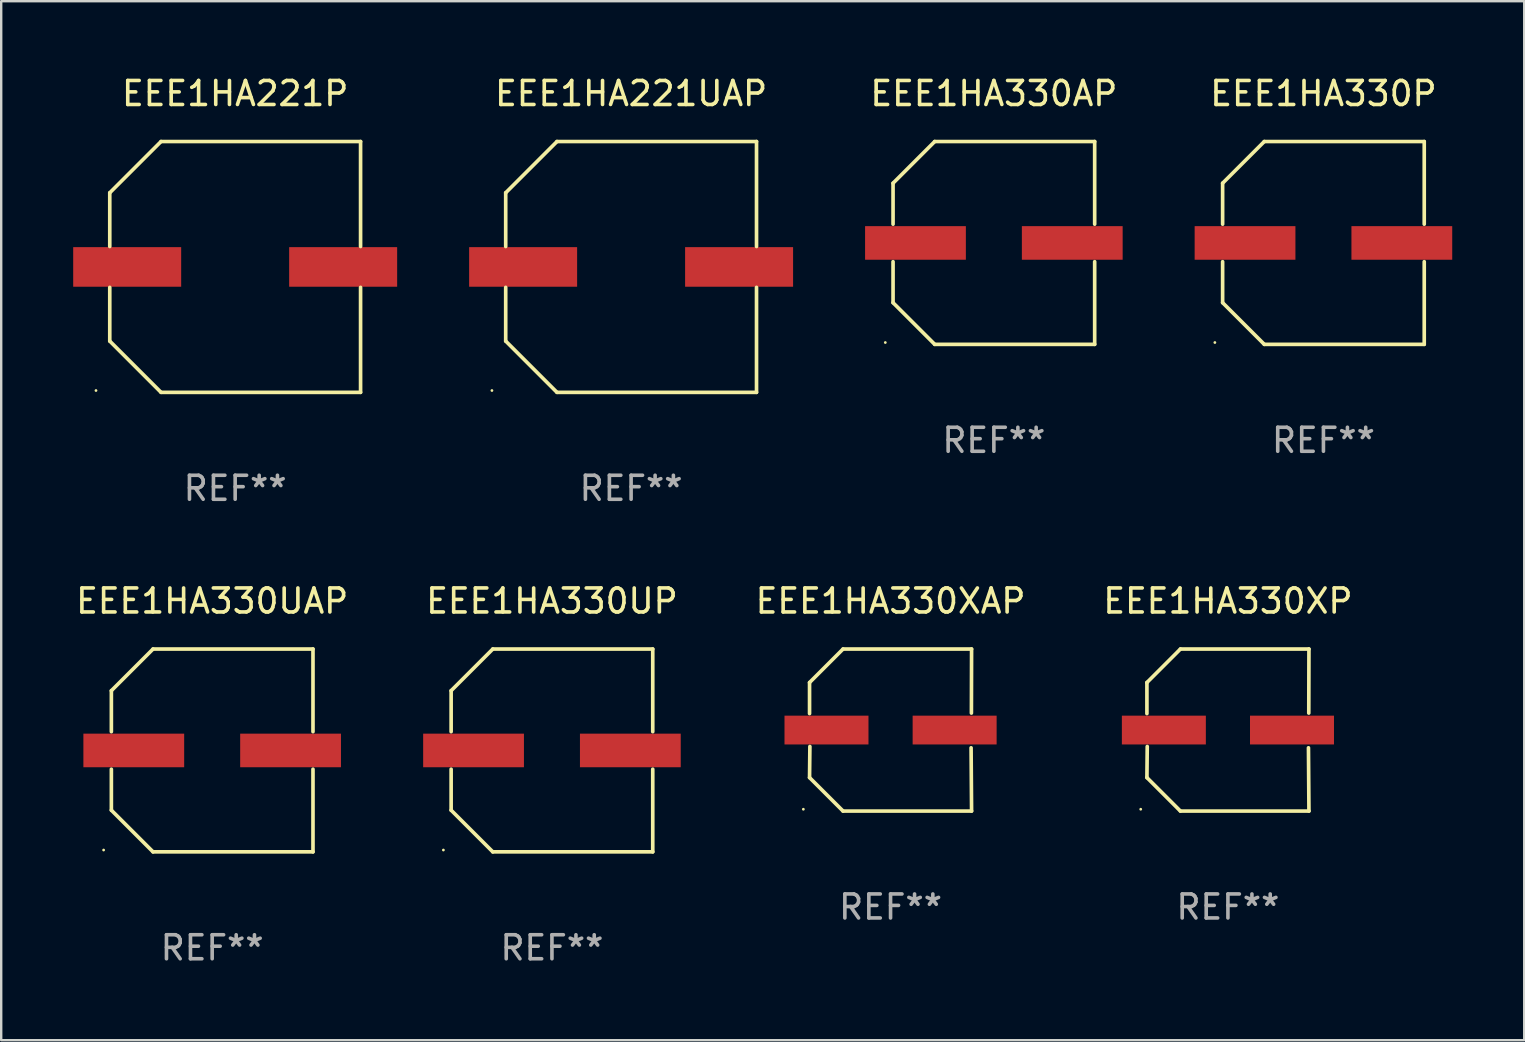
<source format=kicad_pcb>
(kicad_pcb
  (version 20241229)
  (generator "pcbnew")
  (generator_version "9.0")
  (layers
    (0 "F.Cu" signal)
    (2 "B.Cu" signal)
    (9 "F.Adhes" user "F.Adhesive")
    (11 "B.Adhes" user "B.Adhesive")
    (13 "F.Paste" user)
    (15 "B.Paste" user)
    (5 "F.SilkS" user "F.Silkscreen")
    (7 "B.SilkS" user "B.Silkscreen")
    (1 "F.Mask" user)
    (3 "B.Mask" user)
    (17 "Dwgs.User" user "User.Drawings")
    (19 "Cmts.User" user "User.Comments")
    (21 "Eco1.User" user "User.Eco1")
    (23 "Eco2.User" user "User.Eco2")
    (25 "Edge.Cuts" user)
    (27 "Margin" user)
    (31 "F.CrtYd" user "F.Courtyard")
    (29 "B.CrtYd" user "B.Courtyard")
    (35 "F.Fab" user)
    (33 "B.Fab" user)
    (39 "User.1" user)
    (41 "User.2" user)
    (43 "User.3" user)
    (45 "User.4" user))
  (footprint "EEE1HA221UAP"
    (layer "F.Cu")
    (at 23.25 8.074)
    (property "Reference" "EEE1HA221UAP" (at 0 -7.226 0) (layer "F.SilkS") (effects (font (size 1 1) (thickness 0.15))))
    (attr through_hole)
    (fp_line (start -5.226 -3.09) (end -5.226 -0.852) (stroke (width 0.152) (type solid)) (layer "F.SilkS"))
    (fp_line (start -5.226 3.09) (end -5.226 0.852) (stroke (width 0.152) (type solid)) (layer "F.SilkS"))
    (fp_line (start -3.09 -5.226) (end -5.226 -3.09) (stroke (width 0.152) (type solid)) (layer "F.SilkS"))
    (fp_line (start -3.09 5.226) (end -5.226 3.09) (stroke (width 0.152) (type solid)) (layer "F.SilkS"))
    (fp_line (start 5.226 -5.226) (end -3.09 -5.226) (stroke (width 0.152) (type solid)) (layer "F.SilkS"))
    (fp_line (start 5.226 -0.852) (end 5.226 -5.226) (stroke (width 0.152) (type solid)) (layer "F.SilkS"))
    (fp_line (start 5.226 0.852) (end 5.226 5.226) (stroke (width 0.152) (type solid)) (layer "F.SilkS"))
    (fp_line (start 5.226 5.226) (end -3.09 5.226) (stroke (width 0.152) (type solid)) (layer "F.SilkS"))
    (fp_circle (center -5.8 5.15) (end -5.77 5.15) (stroke (width 0.06) (type solid)) (fill no) (layer "F.SilkS"))
    (fp_text user "REF**" (at 0 9.226 0) (layer "F.Fab") (effects (font (size 1 1) (thickness 0.15))))
    (pad "1" smd rect (at -4.5 0) (size 4.5 1.65) (layers "F.Cu" "F.Mask" "F.Paste"))
    (pad "2" smd rect (at 4.5 0) (size 4.5 1.65) (layers "F.Cu" "F.Mask" "F.Paste")))
  (footprint "EEE1HA221P"
    (layer "F.Cu")
    (at 6.75 8.074)
    (property "Reference" "EEE1HA221P" (at 0 -7.226 0) (layer "F.SilkS") (effects (font (size 1 1) (thickness 0.15))))
    (attr through_hole)
    (fp_line (start -5.226 -3.09) (end -5.226 -0.852) (stroke (width 0.152) (type solid)) (layer "F.SilkS"))
    (fp_line (start -5.226 3.09) (end -5.226 0.852) (stroke (width 0.152) (type solid)) (layer "F.SilkS"))
    (fp_line (start -3.09 -5.226) (end -5.226 -3.09) (stroke (width 0.152) (type solid)) (layer "F.SilkS"))
    (fp_line (start -3.09 5.226) (end -5.226 3.09) (stroke (width 0.152) (type solid)) (layer "F.SilkS"))
    (fp_line (start 5.226 -5.226) (end -3.09 -5.226) (stroke (width 0.152) (type solid)) (layer "F.SilkS"))
    (fp_line (start 5.226 -0.852) (end 5.226 -5.226) (stroke (width 0.152) (type solid)) (layer "F.SilkS"))
    (fp_line (start 5.226 0.852) (end 5.226 5.226) (stroke (width 0.152) (type solid)) (layer "F.SilkS"))
    (fp_line (start 5.226 5.226) (end -3.09 5.226) (stroke (width 0.152) (type solid)) (layer "F.SilkS"))
    (fp_circle (center -5.8 5.15) (end -5.77 5.15) (stroke (width 0.06) (type solid)) (fill no) (layer "F.SilkS"))
    (fp_text user "REF**" (at 0 9.226 0) (layer "F.Fab") (effects (font (size 1 1) (thickness 0.15))))
    (pad "1" smd rect (at -4.5 0) (size 4.5 1.65) (layers "F.Cu" "F.Mask" "F.Paste"))
    (pad "2" smd rect (at 4.5 0) (size 4.5 1.65) (layers "F.Cu" "F.Mask" "F.Paste")))
  (footprint "EEE1HA330P"
    (layer "F.Cu")
    (at 52.101 7.074)
    (property "Reference" "EEE1HA330P" (at 0 -6.226 0) (layer "F.SilkS") (effects (font (size 1 1) (thickness 0.15))))
    (attr through_hole)
    (fp_line (start -4.201 -2.49) (end -4.201 -0.782) (stroke (width 0.152) (type solid)) (layer "F.SilkS"))
    (fp_line (start -4.201 2.49) (end -4.201 0.782) (stroke (width 0.152) (type solid)) (layer "F.SilkS"))
    (fp_line (start -2.465 -4.226) (end -4.201 -2.49) (stroke (width 0.152) (type solid)) (layer "F.SilkS"))
    (fp_line (start -2.465 4.226) (end -4.201 2.49) (stroke (width 0.152) (type solid)) (layer "F.SilkS"))
    (fp_line (start 4.201 -4.226) (end -2.465 -4.226) (stroke (width 0.152) (type solid)) (layer "F.SilkS"))
    (fp_line (start 4.201 -0.782) (end 4.201 -4.226) (stroke (width 0.152) (type solid)) (layer "F.SilkS"))
    (fp_line (start 4.201 0.782) (end 4.201 4.226) (stroke (width 0.152) (type solid)) (layer "F.SilkS"))
    (fp_line (start 4.201 4.226) (end -2.465 4.226) (stroke (width 0.152) (type solid)) (layer "F.SilkS"))
    (fp_circle (center -4.524 4.15) (end -4.494 4.15) (stroke (width 0.06) (type solid)) (fill no) (layer "F.SilkS"))
    (fp_text user "REF**" (at 0 8.226 0) (layer "F.Fab") (effects (font (size 1 1) (thickness 0.15))))
    (pad "1" smd rect (at -3.267 0) (size 4.2 1.4) (layers "F.Cu" "F.Mask" "F.Paste"))
    (pad "2" smd rect (at 3.267 0) (size 4.2 1.4) (layers "F.Cu" "F.Mask" "F.Paste")))
  (footprint "EEE1HA330UAP"
    (layer "F.Cu")
    (at 5.792 28.223)
    (property "Reference" "EEE1HA330UAP" (at 0 -6.226 0) (layer "F.SilkS") (effects (font (size 1 1) (thickness 0.15))))
    (attr through_hole)
    (fp_line (start -4.201 -2.49) (end -4.201 -0.782) (stroke (width 0.152) (type solid)) (layer "F.SilkS"))
    (fp_line (start -4.201 2.49) (end -4.201 0.782) (stroke (width 0.152) (type solid)) (layer "F.SilkS"))
    (fp_line (start -2.465 -4.226) (end -4.201 -2.49) (stroke (width 0.152) (type solid)) (layer "F.SilkS"))
    (fp_line (start -2.465 4.226) (end -4.201 2.49) (stroke (width 0.152) (type solid)) (layer "F.SilkS"))
    (fp_line (start 4.201 -4.226) (end -2.465 -4.226) (stroke (width 0.152) (type solid)) (layer "F.SilkS"))
    (fp_line (start 4.201 -0.782) (end 4.201 -4.226) (stroke (width 0.152) (type solid)) (layer "F.SilkS"))
    (fp_line (start 4.201 0.782) (end 4.201 4.226) (stroke (width 0.152) (type solid)) (layer "F.SilkS"))
    (fp_line (start 4.201 4.226) (end -2.465 4.226) (stroke (width 0.152) (type solid)) (layer "F.SilkS"))
    (fp_circle (center -4.524 4.15) (end -4.494 4.15) (stroke (width 0.06) (type solid)) (fill no) (layer "F.SilkS"))
    (fp_text user "REF**" (at 0 8.226 0) (layer "F.Fab") (effects (font (size 1 1) (thickness 0.15))))
    (pad "1" smd rect (at -3.267 0) (size 4.2 1.4) (layers "F.Cu" "F.Mask" "F.Paste"))
    (pad "2" smd rect (at 3.267 0) (size 4.2 1.4) (layers "F.Cu" "F.Mask" "F.Paste")))
  (footprint "EEE1HA330UP"
    (layer "F.Cu")
    (at 19.951 28.223)
    (property "Reference" "EEE1HA330UP" (at 0 -6.226 0) (layer "F.SilkS") (effects (font (size 1 1) (thickness 0.15))))
    (attr through_hole)
    (fp_line (start -4.201 -2.49) (end -4.201 -0.782) (stroke (width 0.152) (type solid)) (layer "F.SilkS"))
    (fp_line (start -4.201 2.49) (end -4.201 0.782) (stroke (width 0.152) (type solid)) (layer "F.SilkS"))
    (fp_line (start -2.465 -4.226) (end -4.201 -2.49) (stroke (width 0.152) (type solid)) (layer "F.SilkS"))
    (fp_line (start -2.465 4.226) (end -4.201 2.49) (stroke (width 0.152) (type solid)) (layer "F.SilkS"))
    (fp_line (start 4.201 -4.226) (end -2.465 -4.226) (stroke (width 0.152) (type solid)) (layer "F.SilkS"))
    (fp_line (start 4.201 -0.782) (end 4.201 -4.226) (stroke (width 0.152) (type solid)) (layer "F.SilkS"))
    (fp_line (start 4.201 0.782) (end 4.201 4.226) (stroke (width 0.152) (type solid)) (layer "F.SilkS"))
    (fp_line (start 4.201 4.226) (end -2.465 4.226) (stroke (width 0.152) (type solid)) (layer "F.SilkS"))
    (fp_circle (center -4.524 4.15) (end -4.494 4.15) (stroke (width 0.06) (type solid)) (fill no) (layer "F.SilkS"))
    (fp_text user "REF**" (at 0 8.226 0) (layer "F.Fab") (effects (font (size 1 1) (thickness 0.15))))
    (pad "1" smd rect (at -3.267 0) (size 4.2 1.4) (layers "F.Cu" "F.Mask" "F.Paste"))
    (pad "2" smd rect (at 3.267 0) (size 4.2 1.4) (layers "F.Cu" "F.Mask" "F.Paste")))
  (footprint "EEE1HA330XAP"
    (layer "F.Cu")
    (at 34.062 27.373)
    (property "Reference" "EEE1HA330XAP" (at 0 -5.376 0) (layer "F.SilkS") (effects (font (size 1 1) (thickness 0.15))))
    (attr through_hole)
    (fp_line (start -3.376 -1.98) (end -3.376 -0.686) (stroke (width 0.152) (type solid)) (layer "F.SilkS"))
    (fp_line (start -3.376 1.981) (end -3.362 0.686) (stroke (width 0.152) (type solid)) (layer "F.SilkS"))
    (fp_line (start -1.981 3.376) (end -3.376 1.981) (stroke (width 0.152) (type solid)) (layer "F.SilkS"))
    (fp_line (start -1.98 -3.376) (end -3.376 -1.98) (stroke (width 0.152) (type solid)) (layer "F.SilkS"))
    (fp_line (start 3.356 0.74) (end 3.376 3.376) (stroke (width 0.152) (type solid)) (layer "F.SilkS"))
    (fp_line (start 3.369 -0.707) (end 3.376 -3.376) (stroke (width 0.152) (type solid)) (layer "F.SilkS"))
    (fp_line (start 3.376 3.376) (end -1.981 3.376) (stroke (width 0.152) (type solid)) (layer "F.SilkS"))
    (fp_line (start 3.376 -3.376) (end -1.98 -3.376) (stroke (width 0.152) (type solid)) (layer "F.SilkS"))
    (fp_circle (center -3.634 3.3) (end -3.604 3.3) (stroke (width 0.06) (type solid)) (fill no) (layer "F.SilkS"))
    (fp_text user "REF**" (at 0 7.376 0) (layer "F.Fab") (effects (font (size 1 1) (thickness 0.15))))
    (pad "1" smd rect (at -2.67 0.000254) (size 3.5 1.2) (layers "F.Cu" "F.Mask" "F.Paste"))
    (pad "2" smd rect (at 2.67 0.000254) (size 3.5 1.2) (layers "F.Cu" "F.Mask" "F.Paste")))
  (footprint "EEE1HA330AP"
    (layer "F.Cu")
    (at 38.367 7.074)
    (property "Reference" "EEE1HA330AP" (at 0 -6.226 0) (layer "F.SilkS") (effects (font (size 1 1) (thickness 0.15))))
    (attr through_hole)
    (fp_line (start -4.201 -2.49) (end -4.201 -0.782) (stroke (width 0.152) (type solid)) (layer "F.SilkS"))
    (fp_line (start -4.201 2.49) (end -4.201 0.782) (stroke (width 0.152) (type solid)) (layer "F.SilkS"))
    (fp_line (start -2.465 -4.226) (end -4.201 -2.49) (stroke (width 0.152) (type solid)) (layer "F.SilkS"))
    (fp_line (start -2.465 4.226) (end -4.201 2.49) (stroke (width 0.152) (type solid)) (layer "F.SilkS"))
    (fp_line (start 4.201 -4.226) (end -2.465 -4.226) (stroke (width 0.152) (type solid)) (layer "F.SilkS"))
    (fp_line (start 4.201 -0.782) (end 4.201 -4.226) (stroke (width 0.152) (type solid)) (layer "F.SilkS"))
    (fp_line (start 4.201 0.782) (end 4.201 4.226) (stroke (width 0.152) (type solid)) (layer "F.SilkS"))
    (fp_line (start 4.201 4.226) (end -2.465 4.226) (stroke (width 0.152) (type solid)) (layer "F.SilkS"))
    (fp_circle (center -4.524 4.15) (end -4.494 4.15) (stroke (width 0.06) (type solid)) (fill no) (layer "F.SilkS"))
    (fp_text user "REF**" (at 0 8.226 0) (layer "F.Fab") (effects (font (size 1 1) (thickness 0.15))))
    (pad "1" smd rect (at -3.267 0) (size 4.2 1.4) (layers "F.Cu" "F.Mask" "F.Paste"))
    (pad "2" smd rect (at 3.267 0) (size 4.2 1.4) (layers "F.Cu" "F.Mask" "F.Paste")))
  (footprint "EEE1HA330XP"
    (layer "F.Cu")
    (at 48.121 27.373)
    (property "Reference" "EEE1HA330XP" (at 0 -5.376 0) (layer "F.SilkS") (effects (font (size 1 1) (thickness 0.15))))
    (attr through_hole)
    (fp_line (start -3.376 -1.98) (end -3.376 -0.686) (stroke (width 0.152) (type solid)) (layer "F.SilkS"))
    (fp_line (start -3.376 1.981) (end -3.362 0.686) (stroke (width 0.152) (type solid)) (layer "F.SilkS"))
    (fp_line (start -1.981 3.376) (end -3.376 1.981) (stroke (width 0.152) (type solid)) (layer "F.SilkS"))
    (fp_line (start -1.98 -3.376) (end -3.376 -1.98) (stroke (width 0.152) (type solid)) (layer "F.SilkS"))
    (fp_line (start 3.356 0.74) (end 3.376 3.376) (stroke (width 0.152) (type solid)) (layer "F.SilkS"))
    (fp_line (start 3.369 -0.707) (end 3.376 -3.376) (stroke (width 0.152) (type solid)) (layer "F.SilkS"))
    (fp_line (start 3.376 3.376) (end -1.981 3.376) (stroke (width 0.152) (type solid)) (layer "F.SilkS"))
    (fp_line (start 3.376 -3.376) (end -1.98 -3.376) (stroke (width 0.152) (type solid)) (layer "F.SilkS"))
    (fp_circle (center -3.634 3.3) (end -3.604 3.3) (stroke (width 0.06) (type solid)) (fill no) (layer "F.SilkS"))
    (fp_text user "REF**" (at 0 7.376 0) (layer "F.Fab") (effects (font (size 1 1) (thickness 0.15))))
    (pad "1" smd rect (at -2.67 0.000254) (size 3.5 1.2) (layers "F.Cu" "F.Mask" "F.Paste"))
    (pad "2" smd rect (at 2.67 0.000254) (size 3.5 1.2) (layers "F.Cu" "F.Mask" "F.Paste")))
  (gr_rect
    (start -3 -3)
    (end 60.468 40.298)
    (stroke (width 0.1) (type default))
    (fill no)
    (layer "Edge.Cuts")))
</source>
